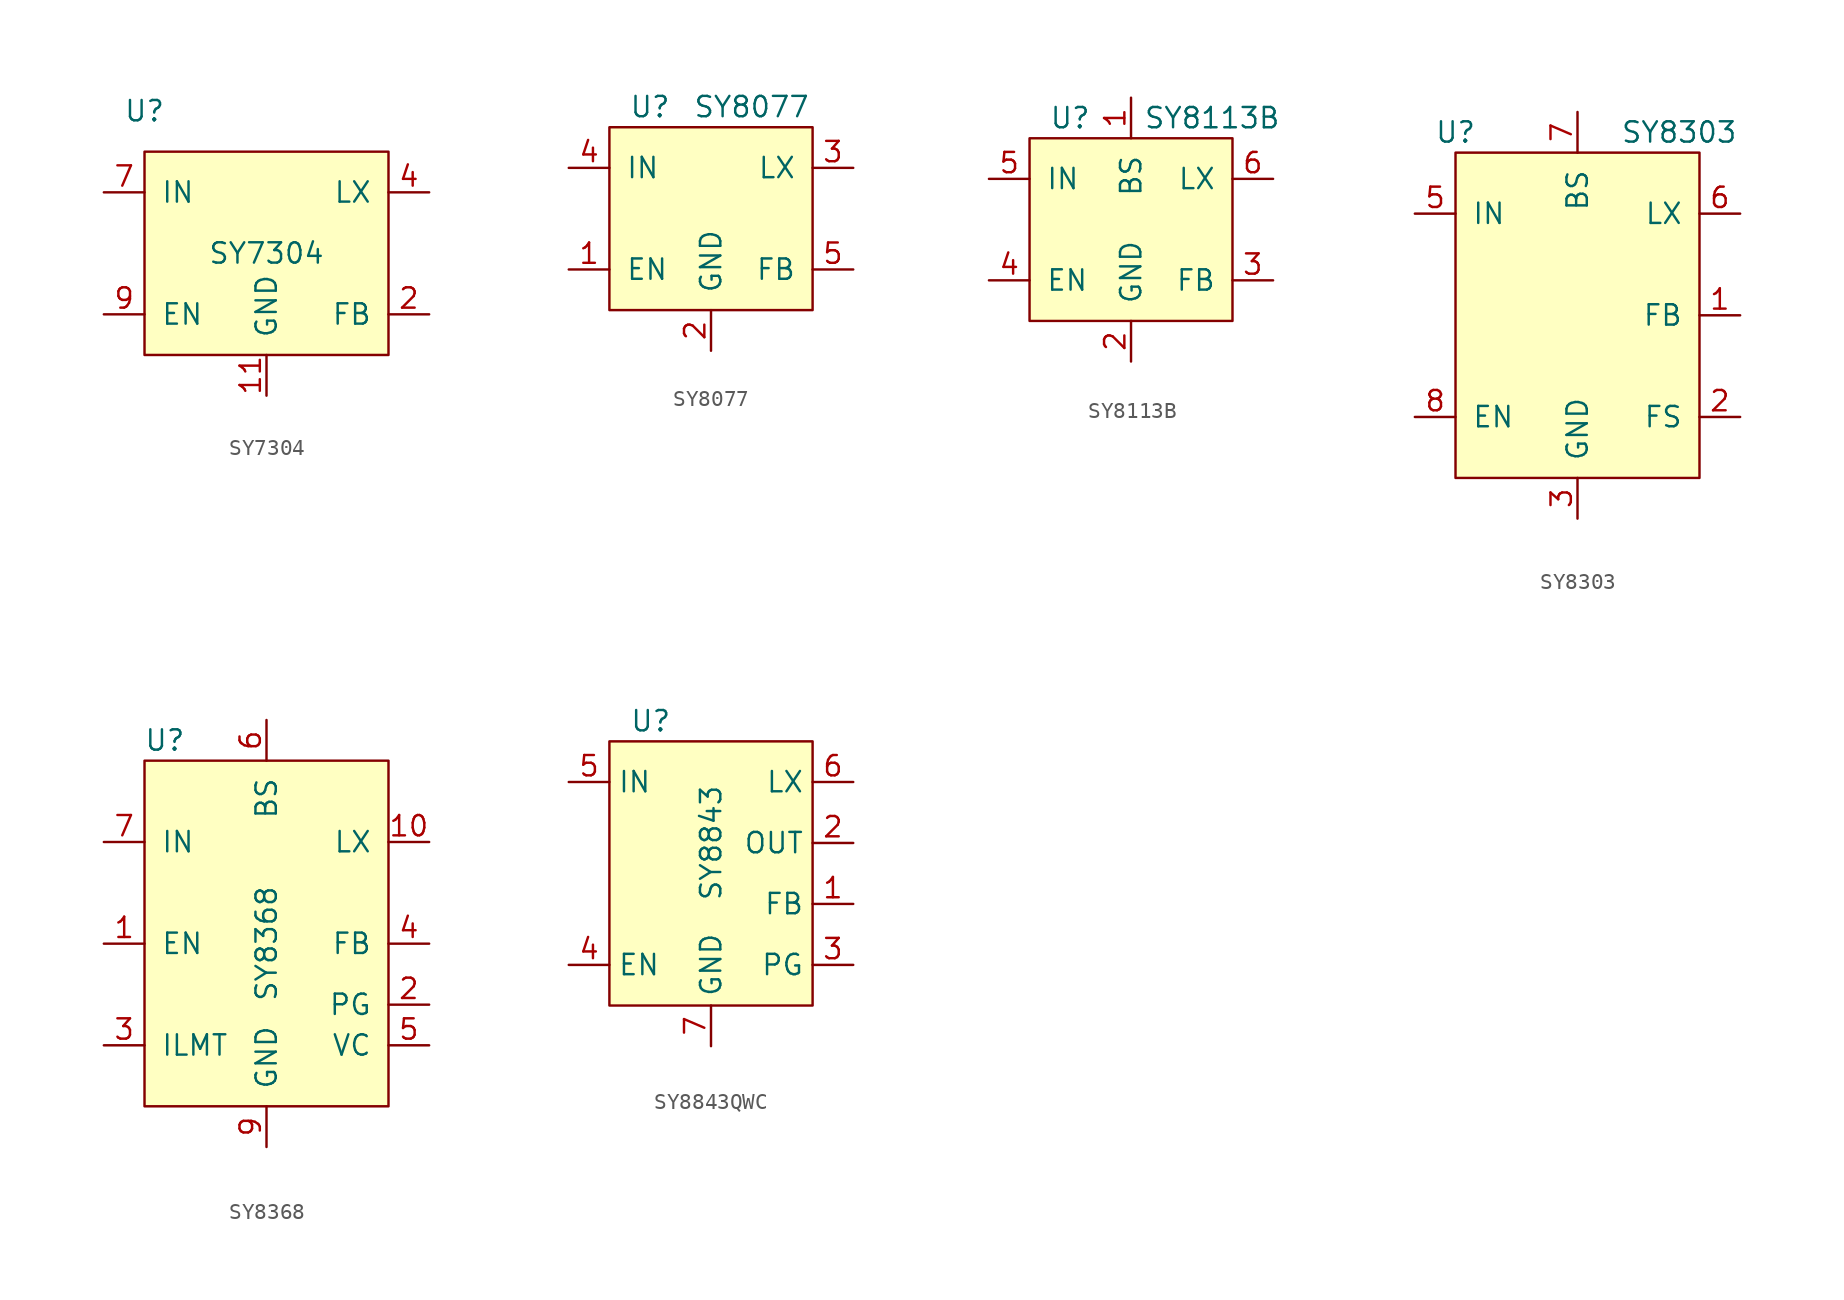
<source format=kicad_sym>
(kicad_symbol_lib
  (version 20220914)
  (generator kicad_symbol_editor)
  (symbol "SY7304"
    (pin_names
      (offset 1.016))
    (property "Reference" "U"
      (at -7.62 8.89 0)
      (effects (font (size 1.27 1.27))))
    (property "Value" "SY7304"
      (at 0 0 0)
      (effects (font (size 1.27 1.27))))
    (symbol "SY7304_0_0"
      (pin power_in line (at 0 -8.89 90) (length 2.54) (name "GND" (effects (font (size 1.27 1.27)))) (number "11" (effects (font (size 1.27 1.27)))))
      (pin input line (at 10.16 -3.81 180) (length 2.54) (name "FB" (effects (font (size 1.27 1.27)))) (number "2" (effects (font (size 1.27 1.27)))))
      (pin output line (at 10.16 3.81 180) (length 2.54) (name "LX" (effects (font (size 1.27 1.27)))) (number "4" (effects (font (size 1.27 1.27)))))
      (pin output line (at 10.16 3.81 180) (length 2.54) hide (name "LX" (effects (font (size 1.27 1.27)))) (number "5" (effects (font (size 1.27 1.27)))))
      (pin power_in line (at -10.16 3.81 0) (length 2.54) (name "IN" (effects (font (size 1.27 1.27)))) (number "7" (effects (font (size 1.27 1.27)))))
      (pin input line (at -10.16 -3.81 0) (length 2.54) (name "EN" (effects (font (size 1.27 1.27)))) (number "9" (effects (font (size 1.27 1.27))))))
    (symbol "SY7304_0_1"
      (rectangle (start -7.62 6.35) (end 7.62 -6.35) (stroke (width 0) (type default)) (fill (type background)))))
  (symbol "SY8077"
    (pin_names
      (offset 1.016))
    (property "Reference" "U"
      (at -3.81 6.35 0)
      (effects (font (size 1.27 1.27))))
    (property "Value" "SY8077"
      (at 2.54 6.35 0)
      (effects (font (size 1.27 1.27))))
    (symbol "SY8077_0_0"
      (rectangle (start -6.35 5.08) (end 6.35 -6.35) (stroke (width 0) (type default)) (fill (type background))))
    (symbol "SY8077_1_1"
      (pin input line (at -8.89 -3.81 0) (length 2.54) (name "EN" (effects (font (size 1.27 1.27)))) (number "1" (effects (font (size 1.27 1.27)))))
      (pin power_in line (at 0 -8.89 90) (length 2.54) (name "GND" (effects (font (size 1.27 1.27)))) (number "2" (effects (font (size 1.27 1.27)))))
      (pin output line (at 8.89 2.54 180) (length 2.54) (name "LX" (effects (font (size 1.27 1.27)))) (number "3" (effects (font (size 1.27 1.27)))))
      (pin power_in line (at -8.89 2.54 0) (length 2.54) (name "IN" (effects (font (size 1.27 1.27)))) (number "4" (effects (font (size 1.27 1.27)))))
      (pin input line (at 8.89 -3.81 180) (length 2.54) (name "FB" (effects (font (size 1.27 1.27)))) (number "5" (effects (font (size 1.27 1.27)))))))
  (symbol "SY8113B"
    (pin_names
      (offset 1.016))
    (property "Reference" "U"
      (at -3.81 1.27 0)
      (effects (font (size 1.27 1.27))))
    (property "Value" "SY8113B"
      (at 5.08 1.27 0)
      (effects (font (size 1.27 1.27))))
    (symbol "SY8113B_1_1"
      (rectangle (start -6.35 0) (end 6.35 -11.43) (stroke (width 0) (type default)) (fill (type background)))
      (pin bidirectional line (at 0 2.54 270) (length 2.54) (name "BS" (effects (font (size 1.27 1.27)))) (number "1" (effects (font (size 1.27 1.27)))))
      (pin power_in line (at 0 -13.97 90) (length 2.54) (name "GND" (effects (font (size 1.27 1.27)))) (number "2" (effects (font (size 1.27 1.27)))))
      (pin input line (at 8.89 -8.89 180) (length 2.54) (name "FB" (effects (font (size 1.27 1.27)))) (number "3" (effects (font (size 1.27 1.27)))))
      (pin input line (at -8.89 -8.89 0) (length 2.54) (name "EN" (effects (font (size 1.27 1.27)))) (number "4" (effects (font (size 1.27 1.27)))))
      (pin power_in line (at -8.89 -2.54 0) (length 2.54) (name "IN" (effects (font (size 1.27 1.27)))) (number "5" (effects (font (size 1.27 1.27)))))
      (pin output line (at 8.89 -2.54 180) (length 2.54) (name "LX" (effects (font (size 1.27 1.27)))) (number "6" (effects (font (size 1.27 1.27)))))))
  (symbol "SY8303"
    (pin_names
      (offset 1.016))
    (property "Reference" "U"
      (at -7.62 11.43 0)
      (effects (font (size 1.27 1.27))))
    (property "Value" "SY8303"
      (at 6.35 11.43 0)
      (effects (font (size 1.27 1.27))))
    (symbol "SY8303_0_0"
      (pin input line (at 10.16 0 180) (length 2.54) (name "FB" (effects (font (size 1.27 1.27)))) (number "1" (effects (font (size 1.27 1.27)))))
      (pin input line (at 10.16 -6.35 180) (length 2.54) (name "FS" (effects (font (size 1.27 1.27)))) (number "2" (effects (font (size 1.27 1.27)))))
      (pin power_in line (at 0 -12.7 90) (length 2.54) (name "GND" (effects (font (size 1.27 1.27)))) (number "3" (effects (font (size 1.27 1.27)))))
      (pin power_in line (at 0 -12.7 90) (length 2.54) hide (name "GND" (effects (font (size 1.27 1.27)))) (number "4" (effects (font (size 1.27 1.27)))))
      (pin power_in line (at -10.16 6.35 0) (length 2.54) (name "IN" (effects (font (size 1.27 1.27)))) (number "5" (effects (font (size 1.27 1.27)))))
      (pin output line (at 10.16 6.35 180) (length 2.54) (name "LX" (effects (font (size 1.27 1.27)))) (number "6" (effects (font (size 1.27 1.27)))))
      (pin input line (at 0 12.7 270) (length 2.54) (name "BS" (effects (font (size 1.27 1.27)))) (number "7" (effects (font (size 1.27 1.27)))))
      (pin input line (at -10.16 -6.35 0) (length 2.54) (name "EN" (effects (font (size 1.27 1.27)))) (number "8" (effects (font (size 1.27 1.27))))))
    (symbol "SY8303_0_1"
      (rectangle (start -7.62 10.16) (end 7.62 -10.16) (stroke (width 0) (type default)) (fill (type background)))))
  (symbol "SY8368"
    (pin_names
      (offset 1.016))
    (property "Reference" "U"
      (at -6.35 16.51 0)
      (effects (font (size 1.27 1.27))))
    (property "Value" "SY8368"
      (at 0 3.81 90)
      (effects (font (size 1.27 1.27))))
    (symbol "SY8368_0_0"
      (pin input line (at -10.16 3.81 0) (length 2.54) (name "EN" (effects (font (size 1.27 1.27)))) (number "1" (effects (font (size 1.27 1.27)))))
      (pin output line (at 10.16 10.16 180) (length 2.54) (name "LX" (effects (font (size 1.27 1.27)))) (number "10" (effects (font (size 1.27 1.27)))))
      (pin open_collector line (at 10.16 0 180) (length 2.54) (name "PG" (effects (font (size 1.27 1.27)))) (number "2" (effects (font (size 1.27 1.27)))))
      (pin input line (at -10.16 -2.54 0) (length 2.54) (name "ILMT" (effects (font (size 1.27 1.27)))) (number "3" (effects (font (size 1.27 1.27)))))
      (pin input line (at 10.16 3.81 180) (length 2.54) (name "FB" (effects (font (size 1.27 1.27)))) (number "4" (effects (font (size 1.27 1.27)))))
      (pin output line (at 10.16 -2.54 180) (length 2.54) (name "VC" (effects (font (size 1.27 1.27)))) (number "5" (effects (font (size 1.27 1.27)))))
      (pin input line (at 0 17.78 270) (length 2.54) (name "BS" (effects (font (size 1.27 1.27)))) (number "6" (effects (font (size 1.27 1.27)))))
      (pin power_in line (at -10.16 10.16 0) (length 2.54) (name "IN" (effects (font (size 1.27 1.27)))) (number "7" (effects (font (size 1.27 1.27)))))
      (pin power_in line (at -10.16 10.16 0) (length 2.54) hide (name "IN" (effects (font (size 1.27 1.27)))) (number "8" (effects (font (size 1.27 1.27)))))
      (pin power_in line (at 0 -8.89 90) (length 2.54) (name "GND" (effects (font (size 1.27 1.27)))) (number "9" (effects (font (size 1.27 1.27))))))
    (symbol "SY8368_0_1"
      (rectangle (start -7.62 15.24) (end 7.62 -6.35) (stroke (width 0) (type default)) (fill (type background)))))
  (symbol "SY8843QWC"
    (property "Reference" "U"
      (at -5.08 -3.81 0)
      (do_not_autoplace)
      (effects (font (size 1.27 1.27)) (justify left)))
    (property "Value" "SY8843"
      (at 0 -11.43 90)
      (do_not_autoplace)
      (effects (font (size 1.27 1.27))))
    (symbol "SY8843QWC_0_0"
      (pin input line (at 8.89 -15.24 180) (length 2.54) (name "FB" (effects (font (size 1.27 1.27)))) (number "1" (effects (font (size 1.27 1.27)))))
      (pin input line (at 8.89 -11.43 180) (length 2.54) (name "OUT" (effects (font (size 1.27 1.27)))) (number "2" (effects (font (size 1.27 1.27)))))
      (pin open_collector line (at 8.89 -19.05 180) (length 2.54) (name "PG" (effects (font (size 1.27 1.27)))) (number "3" (effects (font (size 1.27 1.27)))))
      (pin input line (at -8.89 -19.05 0) (length 2.54) (name "EN" (effects (font (size 1.27 1.27)))) (number "4" (effects (font (size 1.27 1.27)))))
      (pin power_in line (at -8.89 -7.62 0) (length 2.54) (name "IN" (effects (font (size 1.27 1.27)))) (number "5" (effects (font (size 1.27 1.27)))))
      (pin output line (at 8.89 -7.62 180) (length 2.54) (name "LX" (effects (font (size 1.27 1.27)))) (number "6" (effects (font (size 1.27 1.27)))))
      (pin power_in line (at 0 -24.13 90) (length 2.54) (name "GND" (effects (font (size 1.27 1.27)))) (number "7" (effects (font (size 1.27 1.27))))))
    (symbol "SY8843QWC_1_1"
      (rectangle (start -6.35 -5.08) (end 6.35 -21.59) (stroke (width 0) (type default)) (fill (type background))))))
</source>
